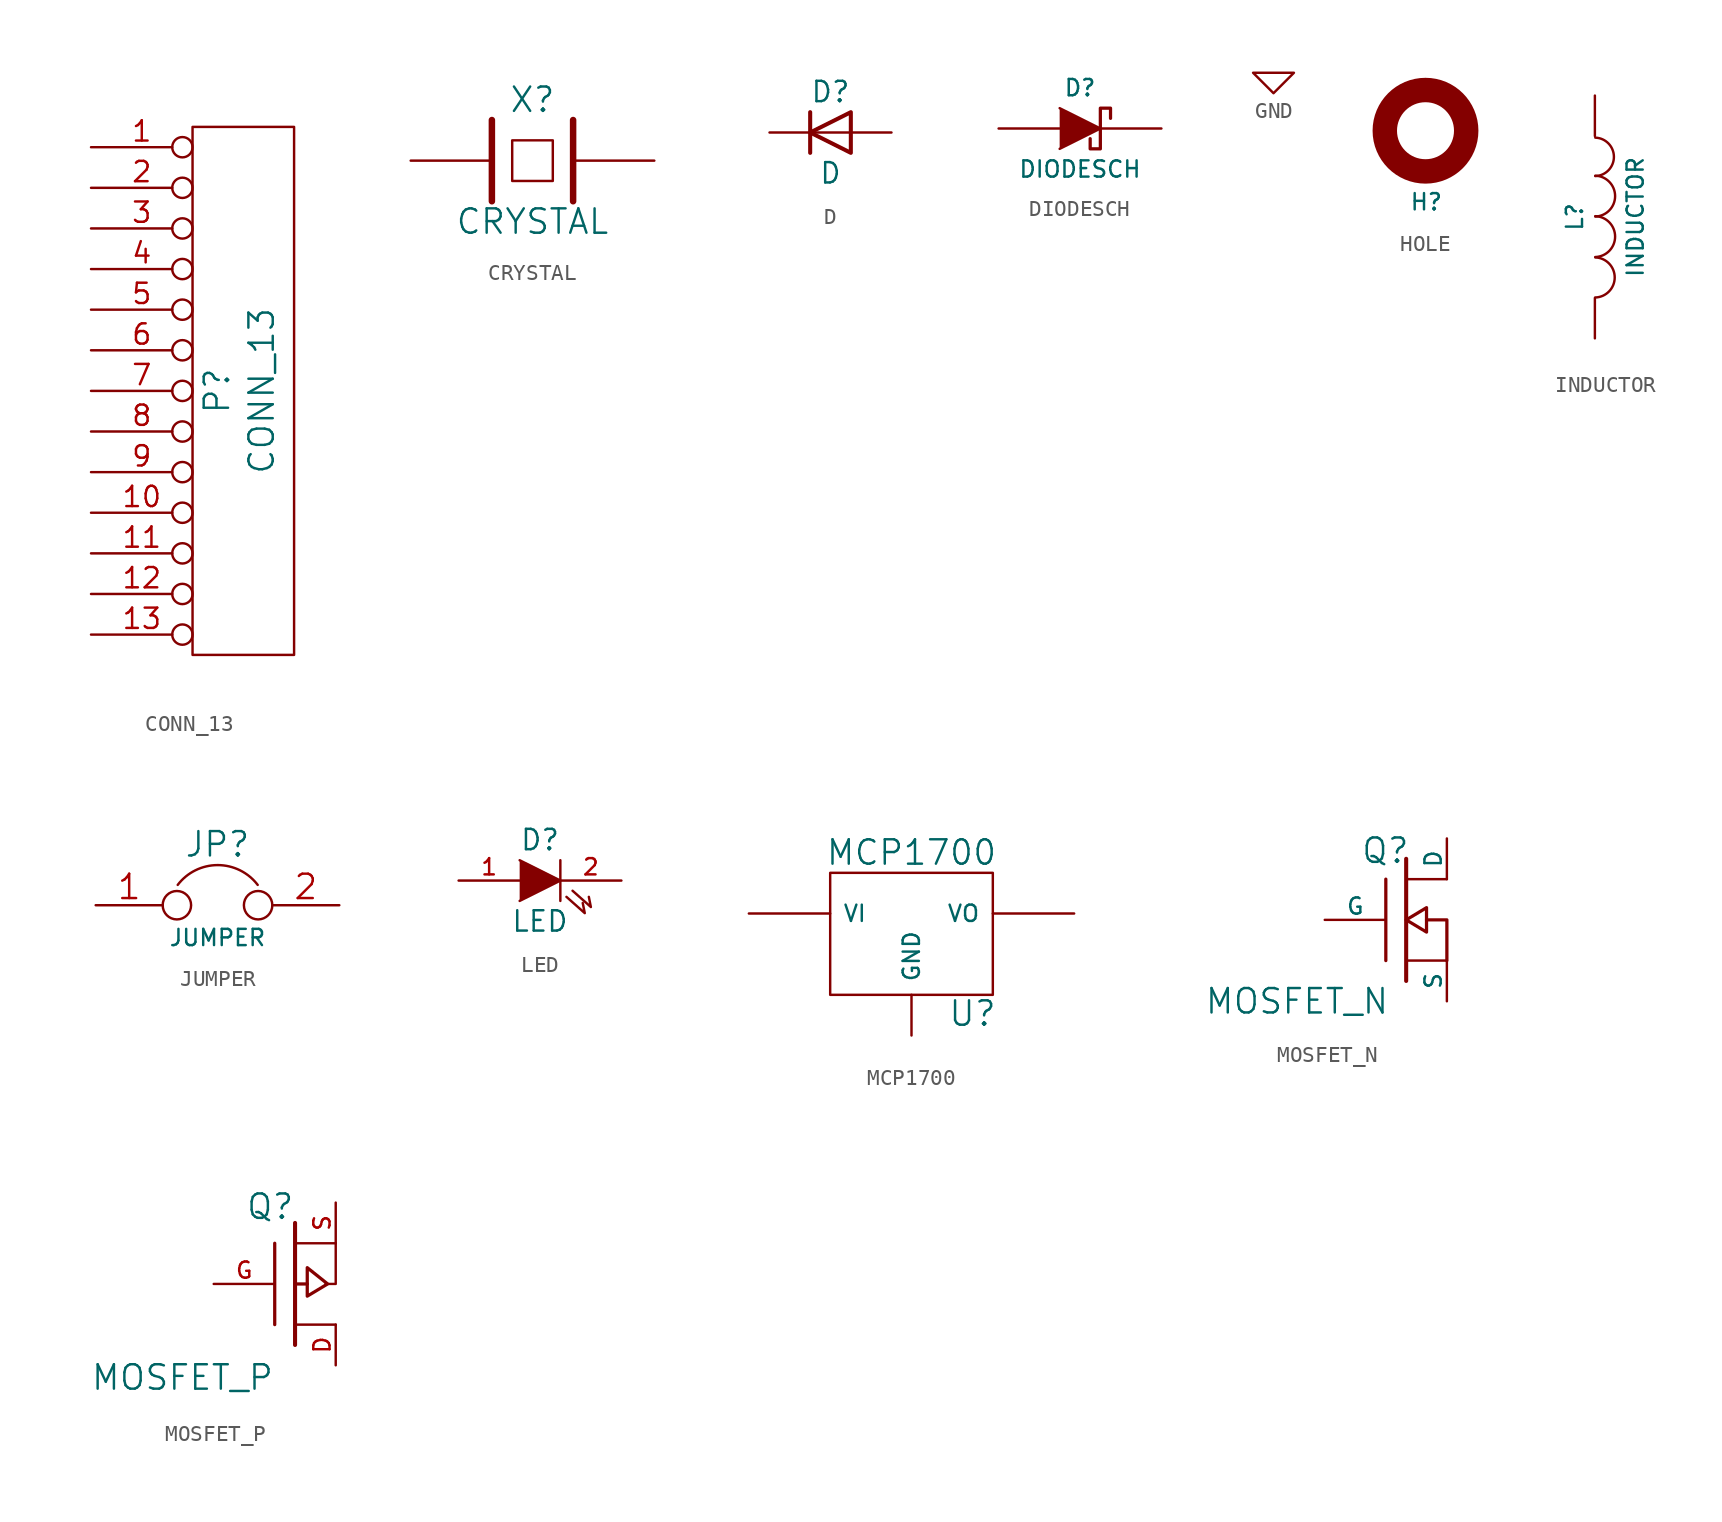
<source format=kicad_sym>
(kicad_symbol_lib
  (version 20211014)
  (generator kicad_symbol_editor)
  (symbol "CONN_13"
    (pin_names
      (offset 1.016) hide)
    (property "Reference" "P"
      (at -1.016 0 90)
      (effects (font (size 1.524 1.524))))
    (property "Value" "CONN_13"
      (at 1.778 0 90)
      (effects (font (size 1.524 1.524))))
    (property "Footprint" ""
      (at 0 0 0)
      (effects (font (size 1.524 1.524))))
    (property "Datasheet" ""
      (at 0 0 0)
      (effects (font (size 1.524 1.524))))
    (symbol "CONN_13_0_1"
      (rectangle (start -2.54 16.51) (end 3.81 -16.51) (stroke (width 0) (type default) (color 0 0 0 0)) (fill (type none))))
    (symbol "CONN_13_1_1"
      (pin passive inverted (at -8.89 15.24 0) (length 6.35) (name "P1" (effects (font (size 1.27 1.27)))) (number "1" (effects (font (size 1.27 1.27)))))
      (pin passive inverted (at -8.89 -7.62 0) (length 6.35) (name "P10" (effects (font (size 1.27 1.27)))) (number "10" (effects (font (size 1.27 1.27)))))
      (pin passive inverted (at -8.89 -10.16 0) (length 6.35) (name "P11" (effects (font (size 1.27 1.27)))) (number "11" (effects (font (size 1.27 1.27)))))
      (pin passive inverted (at -8.89 -12.7 0) (length 6.35) (name "P12" (effects (font (size 1.27 1.27)))) (number "12" (effects (font (size 1.27 1.27)))))
      (pin passive inverted (at -8.89 -15.24 0) (length 6.35) (name "P13" (effects (font (size 1.27 1.27)))) (number "13" (effects (font (size 1.27 1.27)))))
      (pin passive inverted (at -8.89 12.7 0) (length 6.35) (name "P2" (effects (font (size 1.27 1.27)))) (number "2" (effects (font (size 1.27 1.27)))))
      (pin passive inverted (at -8.89 10.16 0) (length 6.35) (name "P3" (effects (font (size 1.27 1.27)))) (number "3" (effects (font (size 1.27 1.27)))))
      (pin passive inverted (at -8.89 7.62 0) (length 6.35) (name "P4" (effects (font (size 1.27 1.27)))) (number "4" (effects (font (size 1.27 1.27)))))
      (pin passive inverted (at -8.89 5.08 0) (length 6.35) (name "P5" (effects (font (size 1.27 1.27)))) (number "5" (effects (font (size 1.27 1.27)))))
      (pin passive inverted (at -8.89 2.54 0) (length 6.35) (name "P6" (effects (font (size 1.27 1.27)))) (number "6" (effects (font (size 1.27 1.27)))))
      (pin passive inverted (at -8.89 0 0) (length 6.35) (name "P7" (effects (font (size 1.27 1.27)))) (number "7" (effects (font (size 1.27 1.27)))))
      (pin passive inverted (at -8.89 -2.54 0) (length 6.35) (name "P8" (effects (font (size 1.27 1.27)))) (number "8" (effects (font (size 1.27 1.27)))))
      (pin passive inverted (at -8.89 -5.08 0) (length 6.35) (name "P9" (effects (font (size 1.27 1.27)))) (number "9" (effects (font (size 1.27 1.27)))))))
  (symbol "CRYSTAL"
    (pin_numbers hide)
    (pin_names
      (offset 1.016) hide)
    (property "Reference" "X"
      (at 0 3.81 0)
      (effects (font (size 1.524 1.524))))
    (property "Value" "CRYSTAL"
      (at 0 -3.81 0)
      (effects (font (size 1.524 1.524))))
    (property "Footprint" ""
      (at 0 0 0)
      (effects (font (size 1.524 1.524))))
    (property "Datasheet" ""
      (at 0 0 0)
      (effects (font (size 1.524 1.524))))
    (symbol "CRYSTAL_0_1"
      (polyline (pts (xy -2.54 2.54) (xy -2.54 -2.54)) (stroke (width 0.406) (type default) (color 0 0 0 0)) (fill (type none)))
      (polyline (pts (xy 2.54 2.54) (xy 2.54 -2.54)) (stroke (width 0.406) (type default) (color 0 0 0 0)) (fill (type none)))
      (polyline (pts (xy -1.27 1.27) (xy 1.27 1.27) (xy 1.27 -1.27) (xy -1.27 -1.27) (xy -1.27 1.27)) (stroke (width 0) (type default) (color 0 0 0 0)) (fill (type none))))
    (symbol "CRYSTAL_1_1"
      (pin passive line (at -7.62 0 0) (length 5.08) (name "1" (effects (font (size 1.016 1.016)))) (number "1" (effects (font (size 1.016 1.016)))))
      (pin passive line (at 7.62 0 180) (length 5.08) (name "2" (effects (font (size 1.016 1.016)))) (number "2" (effects (font (size 1.016 1.016)))))))
  (symbol "D"
    (pin_numbers hide)
    (pin_names
      (offset 1.016) hide)
    (property "Reference" "D"
      (at 0 2.54 0)
      (effects (font (size 1.27 1.27))))
    (property "Value" "D"
      (at 0 -2.54 0)
      (effects (font (size 1.27 1.27))))
    (symbol "D_0_1"
      (polyline (pts (xy -1.27 1.27) (xy -1.27 -1.27)) (stroke (width 0.254) (type default) (color 0 0 0 0)) (fill (type none)))
      (polyline (pts (xy 1.27 0) (xy -1.27 0)) (stroke (width 0) (type default) (color 0 0 0 0)) (fill (type none)))
      (polyline (pts (xy 1.27 1.27) (xy 1.27 -1.27) (xy -1.27 0) (xy 1.27 1.27)) (stroke (width 0.254) (type default) (color 0 0 0 0)) (fill (type none))))
    (symbol "D_1_1"
      (pin passive line (at -3.81 0 0) (length 2.54) (name "K" (effects (font (size 1.27 1.27)))) (number "1" (effects (font (size 1.27 1.27)))))
      (pin passive line (at 3.81 0 180) (length 2.54) (name "A" (effects (font (size 1.27 1.27)))) (number "2" (effects (font (size 1.27 1.27)))))))
  (symbol "DIODESCH"
    (pin_numbers hide)
    (pin_names
      (offset 1.016) hide)
    (property "Reference" "D"
      (at 0 2.54 0)
      (effects (font (size 1.016 1.016))))
    (property "Value" "DIODESCH"
      (at 0 -2.54 0)
      (effects (font (size 1.016 1.016))))
    (property "Footprint" ""
      (at 0 0 0)
      (effects (font (size 1.524 1.524))))
    (property "Datasheet" ""
      (at 0 0 0)
      (effects (font (size 1.524 1.524))))
    (symbol "DIODESCH_0_1"
      (polyline (pts (xy -1.27 1.27) (xy 1.27 0) (xy -1.27 -1.27)) (stroke (width 0) (type default) (color 0 0 0 0)) (fill (type outline)))
      (polyline (pts (xy 1.905 0.635) (xy 1.905 1.27) (xy 1.27 1.27) (xy 1.27 -1.27) (xy 0.635 -1.27) (xy 0.635 -0.635)) (stroke (width 0.203) (type default) (color 0 0 0 0)) (fill (type none))))
    (symbol "DIODESCH_1_1"
      (pin passive line (at -5.08 0 0) (length 3.81) (name "A" (effects (font (size 1.016 1.016)))) (number "1" (effects (font (size 1.016 1.016)))))
      (pin passive line (at 5.08 0 180) (length 3.81) (name "K" (effects (font (size 1.016 1.016)))) (number "2" (effects (font (size 1.016 1.016)))))))
  (symbol "GND"
    (power)
    (pin_names
      (offset 0))
    (property "Reference" "#PWR"
      (at 0 0 0)
      (effects (font (size 0.762 0.762)) hide))
    (property "Footprint" ""
      (at 0 0 0)
      (effects (font (size 1.524 1.524))))
    (property "Datasheet" ""
      (at 0 0 0)
      (effects (font (size 1.524 1.524))))
    (symbol "GND_0_1"
      (polyline (pts (xy -1.27 0) (xy 0 -1.27) (xy 1.27 0) (xy -1.27 0)) (stroke (width 0) (type default) (color 0 0 0 0)) (fill (type none))))
    (symbol "GND_1_1"
      (pin power_in line (at 0 0 90) (length 0) hide (name "GND" (effects (font (size 0.762 0.762)))) (number "1" (effects (font (size 0.762 0.762)))))))
  (symbol "HOLE"
    (pin_numbers hide)
    (pin_names
      (offset 0.762) hide)
    (property "Reference" "H"
      (at -1.016 -4.445 0)
      (effects (font (size 1.016 1.016)) (justify left)))
    (property "Footprint" ""
      (at 0 0 0)
      (effects (font (size 1.524 1.524))))
    (property "Datasheet" ""
      (at 0 0 0)
      (effects (font (size 1.524 1.524))))
    (symbol "HOLE_0_1"
      (circle (center 0 0) (radius 2.54) (stroke (width 1.524) (type default) (color 0 0 0 0)) (fill (type none)))))
  (symbol "INDUCTOR"
    (pin_numbers hide)
    (pin_names
      (offset 1.016) hide)
    (property "Reference" "L"
      (at -1.27 0 90)
      (effects (font (size 1.016 1.016))))
    (property "Value" "INDUCTOR"
      (at 2.54 0 90)
      (effects (font (size 1.016 1.016))))
    (property "Footprint" ""
      (at 0 0 0)
      (effects (font (size 1.524 1.524))))
    (property "Datasheet" ""
      (at 0 0 0)
      (effects (font (size 1.524 1.524))))
    (symbol "INDUCTOR_0_1"
      (arc (start 0.0254 -5.0546) (mid 1.245 -3.7973) (end 0.0254 -2.54) (stroke (width 0) (type default) (color 0 0 0 0)) (fill (type none)))
      (arc (start 0.0254 -2.5146) (mid 1.2704 -1.2319) (end 0.0254 0.0508) (stroke (width 0) (type default) (color 0 0 0 0)) (fill (type none)))
      (arc (start 0.0254 0.0254) (mid 1.2704 1.3081) (end 0.0254 2.5908) (stroke (width 0) (type default) (color 0 0 0 0)) (fill (type none)))
      (arc (start 0.0254 2.5654) (mid 1.1942 3.7719) (end 0.0254 4.9784) (stroke (width 0) (type default) (color 0 0 0 0)) (fill (type none))))
    (symbol "INDUCTOR_1_1"
      (pin passive line (at 0 7.62 270) (length 2.54) (name "1" (effects (font (size 1.778 1.778)))) (number "1" (effects (font (size 1.778 1.778)))))
      (pin passive line (at 0 -7.62 90) (length 2.54) (name "2" (effects (font (size 1.778 1.778)))) (number "2" (effects (font (size 1.778 1.778)))))))
  (symbol "JUMPER"
    (pin_names
      (offset 0.762) hide)
    (property "Reference" "JP"
      (at 0 3.81 0)
      (effects (font (size 1.524 1.524))))
    (property "Value" "JUMPER"
      (at 0 -2.032 0)
      (effects (font (size 1.016 1.016))))
    (property "Footprint" ""
      (at 0 0 0)
      (effects (font (size 1.524 1.524))))
    (property "Datasheet" ""
      (at 0 0 0)
      (effects (font (size 1.524 1.524))))
    (symbol "JUMPER_0_1"
      (circle (center -2.54 0) (radius 0.889) (stroke (width 0) (type default) (color 0 0 0 0)) (fill (type none)))
      (arc (start 2.5146 1.27) (mid 0.0127 2.5097) (end -2.4892 1.27) (stroke (width 0) (type default) (color 0 0 0 0)) (fill (type none)))
      (circle (center 2.54 0) (radius 0.889) (stroke (width 0) (type default) (color 0 0 0 0)) (fill (type none)))
      (pin passive line (at -7.62 0 0) (length 4.191) (name "1" (effects (font (size 1.524 1.524)))) (number "1" (effects (font (size 1.524 1.524)))))
      (pin passive line (at 7.62 0 180) (length 4.191) (name "2" (effects (font (size 1.524 1.524)))) (number "2" (effects (font (size 1.524 1.524)))))))
  (symbol "LED"
    (pin_names
      (offset 1.016) hide)
    (property "Reference" "D"
      (at 0 2.54 0)
      (effects (font (size 1.27 1.27))))
    (property "Value" "LED"
      (at 0 -2.54 0)
      (effects (font (size 1.27 1.27))))
    (property "Footprint" ""
      (at 0 0 0)
      (effects (font (size 1.524 1.524))))
    (property "Datasheet" ""
      (at 0 0 0)
      (effects (font (size 1.524 1.524))))
    (symbol "LED_0_1"
      (polyline (pts (xy 1.27 1.27) (xy 1.27 -1.27)) (stroke (width 0) (type default) (color 0 0 0 0)) (fill (type none)))
      (polyline (pts (xy -1.27 1.27) (xy 1.27 0) (xy -1.27 -1.27)) (stroke (width 0) (type default) (color 0 0 0 0)) (fill (type outline)))
      (polyline (pts (xy 1.651 -1.016) (xy 2.794 -2.032) (xy 2.667 -1.397)) (stroke (width 0) (type default) (color 0 0 0 0)) (fill (type none)))
      (polyline (pts (xy 2.032 -0.635) (xy 3.175 -1.651) (xy 3.048 -1.016)) (stroke (width 0) (type default) (color 0 0 0 0)) (fill (type none))))
    (symbol "LED_1_1"
      (pin passive line (at -5.08 0 0) (length 3.81) (name "A" (effects (font (size 1.016 1.016)))) (number "1" (effects (font (size 1.016 1.016)))))
      (pin passive line (at 5.08 0 180) (length 3.81) (name "K" (effects (font (size 1.016 1.016)))) (number "2" (effects (font (size 1.016 1.016)))))))
  (symbol "MCP1700"
    (pin_numbers hide)
    (pin_names
      (offset 0.762))
    (property "Reference" "U"
      (at 3.81 -4.978 0)
      (effects (font (size 1.524 1.524))))
    (property "Value" "MCP1700"
      (at 0 5.08 0)
      (effects (font (size 1.524 1.524))))
    (property "Footprint" ""
      (at 0 0 0)
      (effects (font (size 1.524 1.524))))
    (property "Datasheet" ""
      (at 0 0 0)
      (effects (font (size 1.524 1.524))))
    (symbol "MCP1700_0_1"
      (rectangle (start -5.08 -3.81) (end 5.08 3.81) (stroke (width 0) (type default) (color 0 0 0 0)) (fill (type none))))
    (symbol "MCP1700_1_1"
      (pin power_in line (at 0 -6.35 90) (length 2.54) (name "GND" (effects (font (size 1.016 1.016)))) (number "GND" (effects (font (size 1.016 1.016)))))
      (pin power_in line (at -10.16 1.27 0) (length 5.08) (name "VI" (effects (font (size 1.016 1.016)))) (number "VI" (effects (font (size 1.016 1.016)))))
      (pin power_out line (at 10.16 1.27 180) (length 5.08) (name "VO" (effects (font (size 1.016 1.016)))) (number "VO" (effects (font (size 1.016 1.016)))))))
  (symbol "MOSFET_N"
    (pin_numbers hide)
    (pin_names
      (offset 0))
    (property "Reference" "Q"
      (at 0.254 4.318 0)
      (effects (font (size 1.524 1.524)) (justify right)))
    (property "Value" "MOSFET_N"
      (at -1.016 -5.08 0)
      (effects (font (size 1.524 1.524)) (justify right)))
    (property "Footprint" ""
      (at 0 0 0)
      (effects (font (size 1.524 1.524))))
    (property "Datasheet" ""
      (at 0 0 0)
      (effects (font (size 1.524 1.524))))
    (symbol "MOSFET_N_0_1"
      (polyline (pts (xy -1.27 -2.54) (xy -1.27 2.54)) (stroke (width 0.203) (type default) (color 0 0 0 0)) (fill (type none)))
      (polyline (pts (xy 0 -3.81) (xy 0 3.81)) (stroke (width 0.254) (type default) (color 0 0 0 0)) (fill (type none)))
      (polyline (pts (xy 2.54 -2.54) (xy 0 -2.54)) (stroke (width 0) (type default) (color 0 0 0 0)) (fill (type none)))
      (polyline (pts (xy 2.54 2.54) (xy 0 2.54)) (stroke (width 0) (type default) (color 0 0 0 0)) (fill (type none)))
      (polyline (pts (xy 2.54 -2.54) (xy 2.54 0) (xy 1.27 0)) (stroke (width 0.203) (type default) (color 0 0 0 0)) (fill (type none)))
      (polyline (pts (xy 1.27 0.762) (xy 1.27 -0.762) (xy 0 0) (xy 1.27 0.762) (xy 1.27 0.762)) (stroke (width 0.203) (type default) (color 0 0 0 0)) (fill (type none))))
    (symbol "MOSFET_N_1_1"
      (pin passive line (at 2.54 5.08 270) (length 2.54) (name "D" (effects (font (size 1.016 1.016)))) (number "D" (effects (font (size 1.016 1.016)))))
      (pin input line (at -5.08 0 0) (length 3.81) (name "G" (effects (font (size 1.016 1.016)))) (number "G" (effects (font (size 1.016 1.016)))))
      (pin passive line (at 2.54 -5.08 90) (length 2.54) (name "S" (effects (font (size 1.016 1.016)))) (number "S" (effects (font (size 1.016 1.016)))))))
  (symbol "MOSFET_P"
    (pin_names
      (offset 1.016) hide)
    (property "Reference" "Q"
      (at 0 4.826 0)
      (effects (font (size 1.524 1.524)) (justify right)))
    (property "Value" "MOSFET_P"
      (at -1.27 -5.842 0)
      (effects (font (size 1.524 1.524)) (justify right)))
    (property "Footprint" ""
      (at 0 0 0)
      (effects (font (size 1.524 1.524))))
    (property "Datasheet" ""
      (at 0 0 0)
      (effects (font (size 1.524 1.524))))
    (symbol "MOSFET_P_0_1"
      (polyline (pts (xy -1.27 -2.54) (xy -1.27 2.54)) (stroke (width 0.203) (type default) (color 0 0 0 0)) (fill (type none)))
      (polyline (pts (xy 0 -3.81) (xy 0 3.81)) (stroke (width 0.254) (type default) (color 0 0 0 0)) (fill (type none)))
      (polyline (pts (xy 0.762 0) (xy 0 0)) (stroke (width 0.203) (type default) (color 0 0 0 0)) (fill (type none)))
      (polyline (pts (xy 2.54 -2.54) (xy 0 -2.54)) (stroke (width 0) (type default) (color 0 0 0 0)) (fill (type none)))
      (polyline (pts (xy 2.54 2.54) (xy 0 2.54)) (stroke (width 0) (type default) (color 0 0 0 0)) (fill (type none)))
      (polyline (pts (xy 1.905 0) (xy 2.54 0) (xy 2.54 2.54)) (stroke (width 0) (type default) (color 0 0 0 0)) (fill (type none)))
      (polyline (pts (xy 0.762 1.016) (xy 0.762 -0.762) (xy 2.032 0) (xy 0.762 1.016) (xy 0.762 1.016)) (stroke (width 0.203) (type default) (color 0 0 0 0)) (fill (type none))))
    (symbol "MOSFET_P_1_1"
      (pin passive line (at 2.54 -5.08 90) (length 2.54) (name "D" (effects (font (size 1.016 1.016)))) (number "D" (effects (font (size 1.016 1.016)))))
      (pin input line (at -5.08 0 0) (length 3.81) (name "G" (effects (font (size 1.016 1.016)))) (number "G" (effects (font (size 1.016 1.016)))))
      (pin passive line (at 2.54 5.08 270) (length 2.54) (name "S" (effects (font (size 1.016 1.016)))) (number "S" (effects (font (size 1.016 1.016))))))))
</source>
